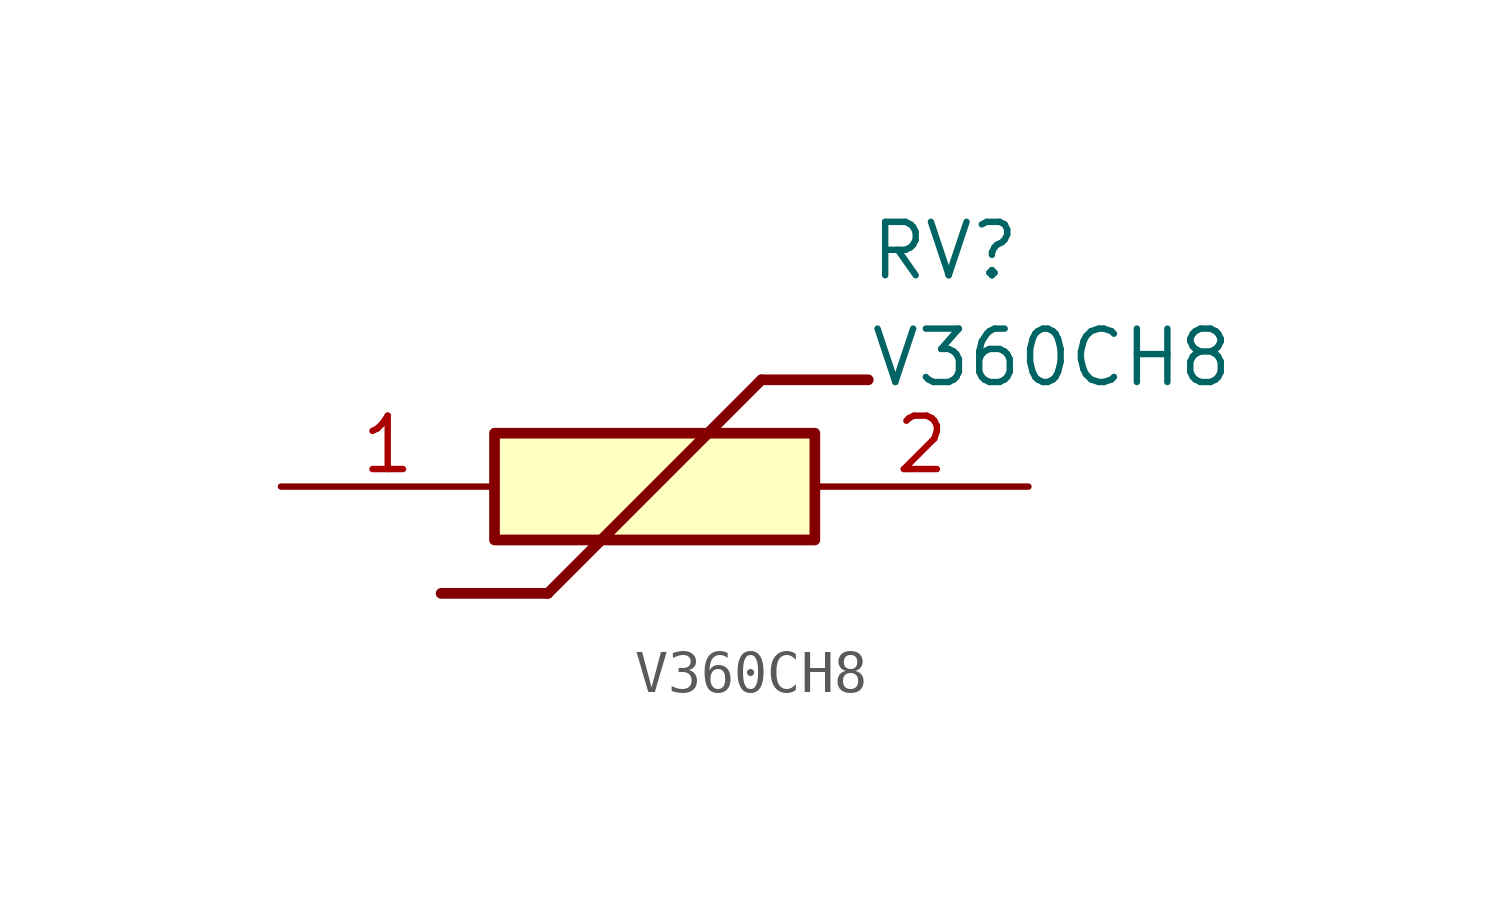
<source format=kicad_sym>
(kicad_symbol_lib
  (version 20211014)
  (generator SamacSys_ECAD_Model)
  (symbol "V360CH8"
    (pin_names hide)
    (property "Reference" "RV"
      (at 13.97 6.35 0)
      (effects (font (size 1.27 1.27)) (justify left top)))
    (property "Value" "V360CH8"
      (at 13.97 3.81 0)
      (effects (font (size 1.27 1.27)) (justify left top)))
    (rectangle
      (start 5.08 1.27)
      (end 12.7 -1.27)
      (stroke (width 0.254) (type default))
      (fill (type background)))
    (polyline
      (pts (xy 3.81 -2.54) (xy 6.35 -2.54))
      (stroke (width 0.254) (type default))
      (fill (type none)))
    (polyline
      (pts (xy 11.43 2.54) (xy 6.35 -2.54))
      (stroke (width 0.254) (type default))
      (fill (type none)))
    (polyline
      (pts (xy 11.43 2.54) (xy 13.97 2.54))
      (stroke (width 0.254) (type default))
      (fill (type none)))
    (pin passive line
      (at 0 0 0)
      (length 5.08)
      (name "1" (effects (font (size 1.27 1.27))))
      (number "1" (effects (font (size 1.27 1.27)))))
    (pin passive line
      (at 17.78 0 180)
      (length 5.08)
      (name "2" (effects (font (size 1.27 1.27))))
      (number "2" (effects (font (size 1.27 1.27)))))))
</source>
